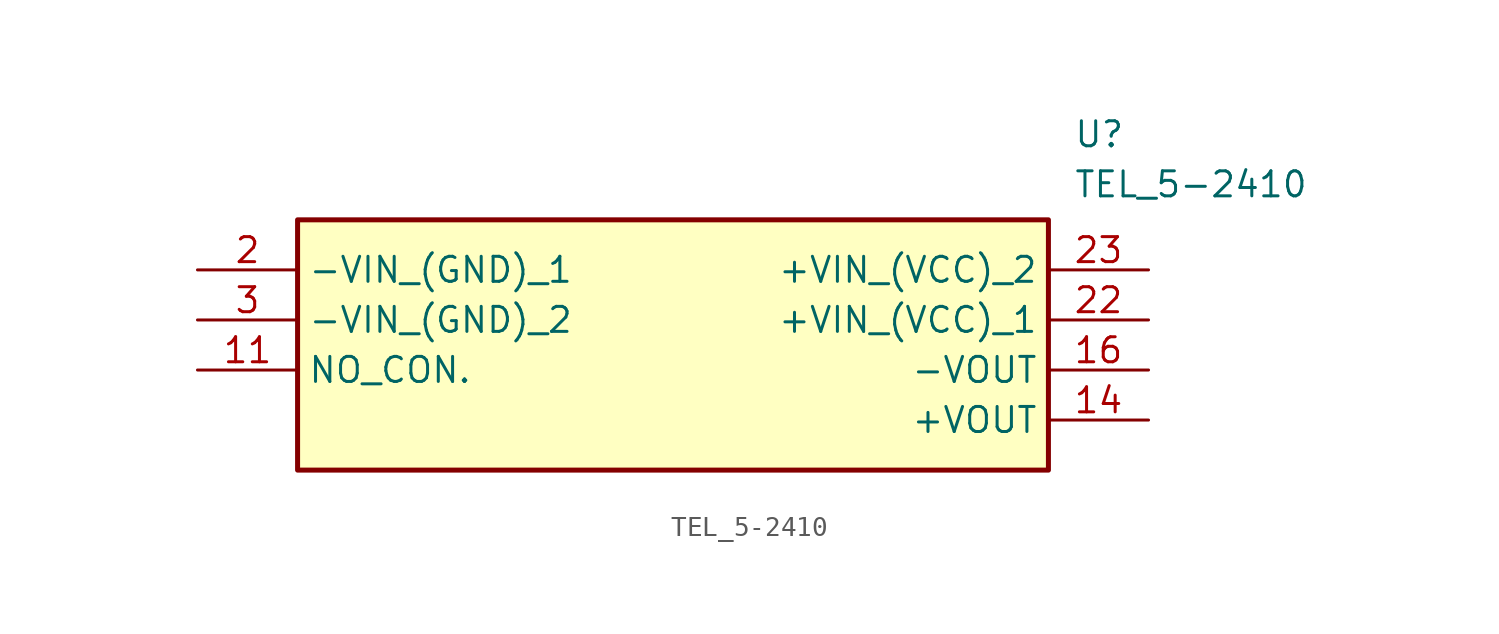
<source format=kicad_sym>
(kicad_symbol_lib
  (version 20211014)
  (generator SamacSys_ECAD_Model)
  (symbol "TEL_5-2410"
    (property "Reference" "U"
      (at 44.45 7.62 0)
      (effects (font (size 1.27 1.27)) (justify left top)))
    (property "Value" "TEL_5-2410"
      (at 44.45 5.08 0)
      (effects (font (size 1.27 1.27)) (justify left top)))
    (rectangle
      (start 5.08 2.54)
      (end 43.18 -10.16)
      (stroke (width 0.254) (type default))
      (fill (type background)))
    (pin passive line
      (at 0 0 0)
      (length 5.08)
      (name "-VIN_(GND)_1" (effects (font (size 1.27 1.27))))
      (number "2" (effects (font (size 1.27 1.27)))))
    (pin passive line
      (at 0 -2.54 0)
      (length 5.08)
      (name "-VIN_(GND)_2" (effects (font (size 1.27 1.27))))
      (number "3" (effects (font (size 1.27 1.27)))))
    (pin passive line
      (at 0 -5.08 0)
      (length 5.08)
      (name "NO_CON." (effects (font (size 1.27 1.27))))
      (number "11" (effects (font (size 1.27 1.27)))))
    (pin passive line
      (at 48.26 -7.62 180)
      (length 5.08)
      (name "+VOUT" (effects (font (size 1.27 1.27))))
      (number "14" (effects (font (size 1.27 1.27)))))
    (pin passive line
      (at 48.26 -5.08 180)
      (length 5.08)
      (name "-VOUT" (effects (font (size 1.27 1.27))))
      (number "16" (effects (font (size 1.27 1.27)))))
    (pin passive line
      (at 48.26 -2.54 180)
      (length 5.08)
      (name "+VIN_(VCC)_1" (effects (font (size 1.27 1.27))))
      (number "22" (effects (font (size 1.27 1.27)))))
    (pin passive line
      (at 48.26 0 180)
      (length 5.08)
      (name "+VIN_(VCC)_2" (effects (font (size 1.27 1.27))))
      (number "23" (effects (font (size 1.27 1.27)))))))
</source>
